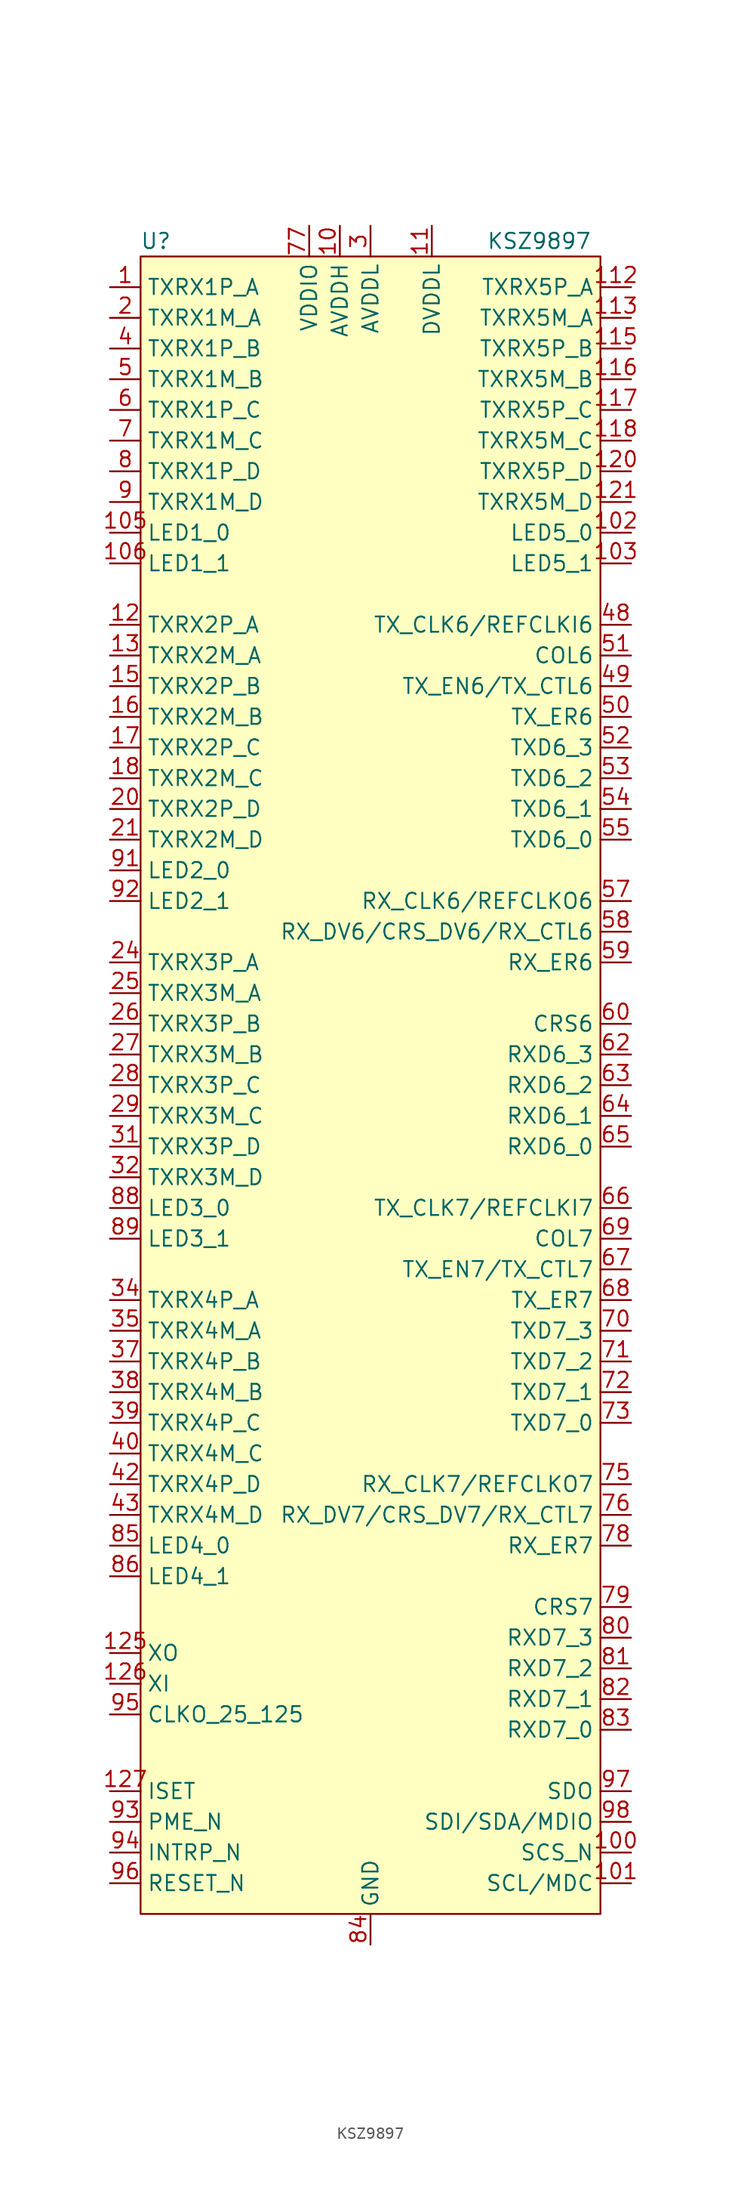
<source format=kicad_sym>
(kicad_symbol_lib
  (version 20231120)
  (generator "kicad_symbol_editor")
  (generator_version "8.0")
  (symbol "KSZ9897"
    (property "Reference" "U"
      (at -17.78 3.81 0)
      (effects (font (size 1.27 1.27))))
    (property "Value" "KSZ9897"
      (at 13.97 3.81 0)
      (effects (font (size 1.27 1.27))))
    (symbol "KSZ9897_0_0"
      (pin bidirectional line (at -21.59 0 0) (length 2.54) (name "TXRX1P_A" (effects (font (size 1.27 1.27)))) (number "1" (effects (font (size 1.27 1.27)))))
      (pin power_in line (at -2.54 5.08 270) (length 2.54) (name "AVDDH" (effects (font (size 1.27 1.27)))) (number "10" (effects (font (size 1.27 1.27)))))
      (pin input line (at 21.59 -129.54 180) (length 2.54) (name "SCS_N" (effects (font (size 1.27 1.27)))) (number "100" (effects (font (size 1.27 1.27)))))
      (pin input line (at 21.59 -132.08 180) (length 2.54) (name "SCL/MDC" (effects (font (size 1.27 1.27)))) (number "101" (effects (font (size 1.27 1.27)))))
      (pin bidirectional line (at 21.59 -20.32 180) (length 2.54) (name "LED5_0" (effects (font (size 1.27 1.27)))) (number "102" (effects (font (size 1.27 1.27)))))
      (pin bidirectional line (at 21.59 -22.86 180) (length 2.54) (name "LED5_1" (effects (font (size 1.27 1.27)))) (number "103" (effects (font (size 1.27 1.27)))))
      (pin power_in line (at 5.08 5.08 270) (length 2.54) hide (name "DVDDL" (effects (font (size 1.27 1.27)))) (number "104" (effects (font (size 1.27 1.27)))))
      (pin bidirectional line (at -21.59 -20.32 0) (length 2.54) (name "LED1_0" (effects (font (size 1.27 1.27)))) (number "105" (effects (font (size 1.27 1.27)))))
      (pin bidirectional line (at -21.59 -22.86 0) (length 2.54) (name "LED1_1" (effects (font (size 1.27 1.27)))) (number "106" (effects (font (size 1.27 1.27)))))
      (pin power_in line (at 0 -137.16 90) (length 2.54) hide (name "GND" (effects (font (size 1.27 1.27)))) (number "107" (effects (font (size 1.27 1.27)))))
      (pin no_connect line (at -21.59 -109.855 0) (length 2.54) hide (name "NC" (effects (font (size 1.27 1.27)))) (number "108" (effects (font (size 1.27 1.27)))))
      (pin power_in line (at 0 -137.16 90) (length 2.54) hide (name "GND" (effects (font (size 1.27 1.27)))) (number "109" (effects (font (size 1.27 1.27)))))
      (pin power_in line (at 5.08 5.08 270) (length 2.54) (name "DVDDL" (effects (font (size 1.27 1.27)))) (number "11" (effects (font (size 1.27 1.27)))))
      (pin power_in line (at 5.08 5.08 270) (length 2.54) hide (name "DVDDL" (effects (font (size 1.27 1.27)))) (number "110" (effects (font (size 1.27 1.27)))))
      (pin power_in line (at -2.54 5.08 270) (length 2.54) hide (name "AVDDH" (effects (font (size 1.27 1.27)))) (number "111" (effects (font (size 1.27 1.27)))))
      (pin bidirectional line (at 21.59 0 180) (length 2.54) (name "TXRX5P_A" (effects (font (size 1.27 1.27)))) (number "112" (effects (font (size 1.27 1.27)))))
      (pin bidirectional line (at 21.59 -2.54 180) (length 2.54) (name "TXRX5M_A" (effects (font (size 1.27 1.27)))) (number "113" (effects (font (size 1.27 1.27)))))
      (pin power_in line (at 0 5.08 270) (length 2.54) hide (name "AVDDL" (effects (font (size 1.27 1.27)))) (number "114" (effects (font (size 1.27 1.27)))))
      (pin bidirectional line (at 21.59 -5.08 180) (length 2.54) (name "TXRX5P_B" (effects (font (size 1.27 1.27)))) (number "115" (effects (font (size 1.27 1.27)))))
      (pin bidirectional line (at 21.59 -7.62 180) (length 2.54) (name "TXRX5M_B" (effects (font (size 1.27 1.27)))) (number "116" (effects (font (size 1.27 1.27)))))
      (pin bidirectional line (at 21.59 -10.16 180) (length 2.54) (name "TXRX5P_C" (effects (font (size 1.27 1.27)))) (number "117" (effects (font (size 1.27 1.27)))))
      (pin bidirectional line (at 21.59 -12.7 180) (length 2.54) (name "TXRX5M_C" (effects (font (size 1.27 1.27)))) (number "118" (effects (font (size 1.27 1.27)))))
      (pin power_in line (at 0 5.08 270) (length 2.54) hide (name "AVDDL" (effects (font (size 1.27 1.27)))) (number "119" (effects (font (size 1.27 1.27)))))
      (pin bidirectional line (at -21.59 -27.94 0) (length 2.54) (name "TXRX2P_A" (effects (font (size 1.27 1.27)))) (number "12" (effects (font (size 1.27 1.27)))))
      (pin bidirectional line (at 21.59 -15.24 180) (length 2.54) (name "TXRX5P_D" (effects (font (size 1.27 1.27)))) (number "120" (effects (font (size 1.27 1.27)))))
      (pin bidirectional line (at 21.59 -17.78 180) (length 2.54) (name "TXRX5M_D" (effects (font (size 1.27 1.27)))) (number "121" (effects (font (size 1.27 1.27)))))
      (pin power_in line (at -2.54 5.08 270) (length 2.54) hide (name "AVDDH" (effects (font (size 1.27 1.27)))) (number "122" (effects (font (size 1.27 1.27)))))
      (pin power_in line (at 0 -137.16 90) (length 2.54) hide (name "GND" (effects (font (size 1.27 1.27)))) (number "123" (effects (font (size 1.27 1.27)))))
      (pin power_in line (at 0 5.08 270) (length 2.54) hide (name "AVDDL" (effects (font (size 1.27 1.27)))) (number "124" (effects (font (size 1.27 1.27)))))
      (pin output line (at -21.59 -113.03 0) (length 2.54) (name "XO" (effects (font (size 1.27 1.27)))) (number "125" (effects (font (size 1.27 1.27)))))
      (pin input line (at -21.59 -115.57 0) (length 2.54) (name "XI" (effects (font (size 1.27 1.27)))) (number "126" (effects (font (size 1.27 1.27)))))
      (pin tri_state line (at -21.59 -124.46 0) (length 2.54) (name "ISET" (effects (font (size 1.27 1.27)))) (number "127" (effects (font (size 1.27 1.27)))))
      (pin power_in line (at -2.54 5.08 270) (length 2.54) hide (name "AVDDH" (effects (font (size 1.27 1.27)))) (number "128" (effects (font (size 1.27 1.27)))))
      (pin power_in line (at 0 -137.16 90) (length 2.54) hide (name "GND" (effects (font (size 1.27 1.27)))) (number "129" (effects (font (size 1.27 1.27)))))
      (pin bidirectional line (at -21.59 -30.48 0) (length 2.54) (name "TXRX2M_A" (effects (font (size 1.27 1.27)))) (number "13" (effects (font (size 1.27 1.27)))))
      (pin power_in line (at 0 5.08 270) (length 2.54) hide (name "AVDDL" (effects (font (size 1.27 1.27)))) (number "14" (effects (font (size 1.27 1.27)))))
      (pin bidirectional line (at -21.59 -33.02 0) (length 2.54) (name "TXRX2P_B" (effects (font (size 1.27 1.27)))) (number "15" (effects (font (size 1.27 1.27)))))
      (pin bidirectional line (at -21.59 -35.56 0) (length 2.54) (name "TXRX2M_B" (effects (font (size 1.27 1.27)))) (number "16" (effects (font (size 1.27 1.27)))))
      (pin bidirectional line (at -21.59 -38.1 0) (length 2.54) (name "TXRX2P_C" (effects (font (size 1.27 1.27)))) (number "17" (effects (font (size 1.27 1.27)))))
      (pin bidirectional line (at -21.59 -40.64 0) (length 2.54) (name "TXRX2M_C" (effects (font (size 1.27 1.27)))) (number "18" (effects (font (size 1.27 1.27)))))
      (pin power_in line (at 0 5.08 270) (length 2.54) hide (name "AVDDL" (effects (font (size 1.27 1.27)))) (number "19" (effects (font (size 1.27 1.27)))))
      (pin bidirectional line (at -21.59 -2.54 0) (length 2.54) (name "TXRX1M_A" (effects (font (size 1.27 1.27)))) (number "2" (effects (font (size 1.27 1.27)))))
      (pin bidirectional line (at -21.59 -43.18 0) (length 2.54) (name "TXRX2P_D" (effects (font (size 1.27 1.27)))) (number "20" (effects (font (size 1.27 1.27)))))
      (pin bidirectional line (at -21.59 -45.72 0) (length 2.54) (name "TXRX2M_D" (effects (font (size 1.27 1.27)))) (number "21" (effects (font (size 1.27 1.27)))))
      (pin power_in line (at -2.54 5.08 270) (length 2.54) hide (name "AVDDH" (effects (font (size 1.27 1.27)))) (number "22" (effects (font (size 1.27 1.27)))))
      (pin power_in line (at 5.08 5.08 270) (length 2.54) hide (name "DVDDL" (effects (font (size 1.27 1.27)))) (number "23" (effects (font (size 1.27 1.27)))))
      (pin bidirectional line (at -21.59 -55.88 0) (length 2.54) (name "TXRX3P_A" (effects (font (size 1.27 1.27)))) (number "24" (effects (font (size 1.27 1.27)))))
      (pin bidirectional line (at -21.59 -58.42 0) (length 2.54) (name "TXRX3M_A" (effects (font (size 1.27 1.27)))) (number "25" (effects (font (size 1.27 1.27)))))
      (pin bidirectional line (at -21.59 -60.96 0) (length 2.54) (name "TXRX3P_B" (effects (font (size 1.27 1.27)))) (number "26" (effects (font (size 1.27 1.27)))))
      (pin bidirectional line (at -21.59 -63.5 0) (length 2.54) (name "TXRX3M_B" (effects (font (size 1.27 1.27)))) (number "27" (effects (font (size 1.27 1.27)))))
      (pin bidirectional line (at -21.59 -66.04 0) (length 2.54) (name "TXRX3P_C" (effects (font (size 1.27 1.27)))) (number "28" (effects (font (size 1.27 1.27)))))
      (pin bidirectional line (at -21.59 -68.58 0) (length 2.54) (name "TXRX3M_C" (effects (font (size 1.27 1.27)))) (number "29" (effects (font (size 1.27 1.27)))))
      (pin power_in line (at 0 5.08 270) (length 2.54) (name "AVDDL" (effects (font (size 1.27 1.27)))) (number "3" (effects (font (size 1.27 1.27)))))
      (pin power_in line (at 0 5.08 270) (length 2.54) hide (name "AVDDL" (effects (font (size 1.27 1.27)))) (number "30" (effects (font (size 1.27 1.27)))))
      (pin bidirectional line (at -21.59 -71.12 0) (length 2.54) (name "TXRX3P_D" (effects (font (size 1.27 1.27)))) (number "31" (effects (font (size 1.27 1.27)))))
      (pin bidirectional line (at -21.59 -73.66 0) (length 2.54) (name "TXRX3M_D" (effects (font (size 1.27 1.27)))) (number "32" (effects (font (size 1.27 1.27)))))
      (pin power_in line (at -2.54 5.08 270) (length 2.54) hide (name "AVDDH" (effects (font (size 1.27 1.27)))) (number "33" (effects (font (size 1.27 1.27)))))
      (pin bidirectional line (at -21.59 -83.82 0) (length 2.54) (name "TXRX4P_A" (effects (font (size 1.27 1.27)))) (number "34" (effects (font (size 1.27 1.27)))))
      (pin bidirectional line (at -21.59 -86.36 0) (length 2.54) (name "TXRX4M_A" (effects (font (size 1.27 1.27)))) (number "35" (effects (font (size 1.27 1.27)))))
      (pin power_in line (at 0 5.08 270) (length 2.54) hide (name "AVDDL" (effects (font (size 1.27 1.27)))) (number "36" (effects (font (size 1.27 1.27)))))
      (pin bidirectional line (at -21.59 -88.9 0) (length 2.54) (name "TXRX4P_B" (effects (font (size 1.27 1.27)))) (number "37" (effects (font (size 1.27 1.27)))))
      (pin bidirectional line (at -21.59 -91.44 0) (length 2.54) (name "TXRX4M_B" (effects (font (size 1.27 1.27)))) (number "38" (effects (font (size 1.27 1.27)))))
      (pin bidirectional line (at -21.59 -93.98 0) (length 2.54) (name "TXRX4P_C" (effects (font (size 1.27 1.27)))) (number "39" (effects (font (size 1.27 1.27)))))
      (pin bidirectional line (at -21.59 -5.08 0) (length 2.54) (name "TXRX1P_B" (effects (font (size 1.27 1.27)))) (number "4" (effects (font (size 1.27 1.27)))))
      (pin bidirectional line (at -21.59 -96.52 0) (length 2.54) (name "TXRX4M_C" (effects (font (size 1.27 1.27)))) (number "40" (effects (font (size 1.27 1.27)))))
      (pin power_in line (at 0 5.08 270) (length 2.54) hide (name "AVDDL" (effects (font (size 1.27 1.27)))) (number "41" (effects (font (size 1.27 1.27)))))
      (pin bidirectional line (at -21.59 -99.06 0) (length 2.54) (name "TXRX4P_D" (effects (font (size 1.27 1.27)))) (number "42" (effects (font (size 1.27 1.27)))))
      (pin bidirectional line (at -21.59 -101.6 0) (length 2.54) (name "TXRX4M_D" (effects (font (size 1.27 1.27)))) (number "43" (effects (font (size 1.27 1.27)))))
      (pin power_in line (at -2.54 5.08 270) (length 2.54) hide (name "AVDDH" (effects (font (size 1.27 1.27)))) (number "44" (effects (font (size 1.27 1.27)))))
      (pin power_in line (at 5.08 5.08 270) (length 2.54) hide (name "DVDDL" (effects (font (size 1.27 1.27)))) (number "45" (effects (font (size 1.27 1.27)))))
      (pin power_in line (at 0 -137.16 90) (length 2.54) hide (name "GND" (effects (font (size 1.27 1.27)))) (number "46" (effects (font (size 1.27 1.27)))))
      (pin power_in line (at 0 -137.16 90) (length 2.54) hide (name "GND" (effects (font (size 1.27 1.27)))) (number "47" (effects (font (size 1.27 1.27)))))
      (pin bidirectional line (at 21.59 -27.94 180) (length 2.54) (name "TX_CLK6/REFCLKI6" (effects (font (size 1.27 1.27)))) (number "48" (effects (font (size 1.27 1.27)))))
      (pin input line (at 21.59 -33.02 180) (length 2.54) (name "TX_EN6/TX_CTL6" (effects (font (size 1.27 1.27)))) (number "49" (effects (font (size 1.27 1.27)))))
      (pin bidirectional line (at -21.59 -7.62 0) (length 2.54) (name "TXRX1M_B" (effects (font (size 1.27 1.27)))) (number "5" (effects (font (size 1.27 1.27)))))
      (pin input line (at 21.59 -35.56 180) (length 2.54) (name "TX_ER6" (effects (font (size 1.27 1.27)))) (number "50" (effects (font (size 1.27 1.27)))))
      (pin bidirectional line (at 21.59 -30.48 180) (length 2.54) (name "COL6" (effects (font (size 1.27 1.27)))) (number "51" (effects (font (size 1.27 1.27)))))
      (pin input line (at 21.59 -38.1 180) (length 2.54) (name "TXD6_3" (effects (font (size 1.27 1.27)))) (number "52" (effects (font (size 1.27 1.27)))))
      (pin input line (at 21.59 -40.64 180) (length 2.54) (name "TXD6_2" (effects (font (size 1.27 1.27)))) (number "53" (effects (font (size 1.27 1.27)))))
      (pin input line (at 21.59 -43.18 180) (length 2.54) (name "TXD6_1" (effects (font (size 1.27 1.27)))) (number "54" (effects (font (size 1.27 1.27)))))
      (pin input line (at 21.59 -45.72 180) (length 2.54) (name "TXD6_0" (effects (font (size 1.27 1.27)))) (number "55" (effects (font (size 1.27 1.27)))))
      (pin power_in line (at 5.08 5.08 270) (length 2.54) hide (name "DVDDL" (effects (font (size 1.27 1.27)))) (number "56" (effects (font (size 1.27 1.27)))))
      (pin bidirectional line (at 21.59 -50.8 180) (length 2.54) (name "RX_CLK6/REFCLKO6" (effects (font (size 1.27 1.27)))) (number "57" (effects (font (size 1.27 1.27)))))
      (pin bidirectional line (at 21.59 -53.34 180) (length 2.54) (name "RX_DV6/CRS_DV6/RX_CTL6" (effects (font (size 1.27 1.27)))) (number "58" (effects (font (size 1.27 1.27)))))
      (pin bidirectional line (at 21.59 -55.88 180) (length 2.54) (name "RX_ER6" (effects (font (size 1.27 1.27)))) (number "59" (effects (font (size 1.27 1.27)))))
      (pin bidirectional line (at -21.59 -10.16 0) (length 2.54) (name "TXRX1P_C" (effects (font (size 1.27 1.27)))) (number "6" (effects (font (size 1.27 1.27)))))
      (pin bidirectional line (at 21.59 -60.96 180) (length 2.54) (name "CRS6" (effects (font (size 1.27 1.27)))) (number "60" (effects (font (size 1.27 1.27)))))
      (pin power_in line (at -5.08 5.08 270) (length 2.54) hide (name "VDDIO" (effects (font (size 1.27 1.27)))) (number "61" (effects (font (size 1.27 1.27)))))
      (pin bidirectional line (at 21.59 -63.5 180) (length 2.54) (name "RXD6_3" (effects (font (size 1.27 1.27)))) (number "62" (effects (font (size 1.27 1.27)))))
      (pin bidirectional line (at 21.59 -66.04 180) (length 2.54) (name "RXD6_2" (effects (font (size 1.27 1.27)))) (number "63" (effects (font (size 1.27 1.27)))))
      (pin bidirectional line (at 21.59 -68.58 180) (length 2.54) (name "RXD6_1" (effects (font (size 1.27 1.27)))) (number "64" (effects (font (size 1.27 1.27)))))
      (pin bidirectional line (at 21.59 -71.12 180) (length 2.54) (name "RXD6_0" (effects (font (size 1.27 1.27)))) (number "65" (effects (font (size 1.27 1.27)))))
      (pin bidirectional line (at 21.59 -76.2 180) (length 2.54) (name "TX_CLK7/REFCLKI7" (effects (font (size 1.27 1.27)))) (number "66" (effects (font (size 1.27 1.27)))))
      (pin input line (at 21.59 -81.28 180) (length 2.54) (name "TX_EN7/TX_CTL7" (effects (font (size 1.27 1.27)))) (number "67" (effects (font (size 1.27 1.27)))))
      (pin input line (at 21.59 -83.82 180) (length 2.54) (name "TX_ER7" (effects (font (size 1.27 1.27)))) (number "68" (effects (font (size 1.27 1.27)))))
      (pin bidirectional line (at 21.59 -78.74 180) (length 2.54) (name "COL7" (effects (font (size 1.27 1.27)))) (number "69" (effects (font (size 1.27 1.27)))))
      (pin bidirectional line (at -21.59 -12.7 0) (length 2.54) (name "TXRX1M_C" (effects (font (size 1.27 1.27)))) (number "7" (effects (font (size 1.27 1.27)))))
      (pin input line (at 21.59 -86.36 180) (length 2.54) (name "TXD7_3" (effects (font (size 1.27 1.27)))) (number "70" (effects (font (size 1.27 1.27)))))
      (pin input line (at 21.59 -88.9 180) (length 2.54) (name "TXD7_2" (effects (font (size 1.27 1.27)))) (number "71" (effects (font (size 1.27 1.27)))))
      (pin input line (at 21.59 -91.44 180) (length 2.54) (name "TXD7_1" (effects (font (size 1.27 1.27)))) (number "72" (effects (font (size 1.27 1.27)))))
      (pin input line (at 21.59 -93.98 180) (length 2.54) (name "TXD7_0" (effects (font (size 1.27 1.27)))) (number "73" (effects (font (size 1.27 1.27)))))
      (pin power_in line (at 5.08 5.08 270) (length 2.54) hide (name "DVDDL" (effects (font (size 1.27 1.27)))) (number "74" (effects (font (size 1.27 1.27)))))
      (pin bidirectional line (at 21.59 -99.06 180) (length 2.54) (name "RX_CLK7/REFCLKO7" (effects (font (size 1.27 1.27)))) (number "75" (effects (font (size 1.27 1.27)))))
      (pin bidirectional line (at 21.59 -101.6 180) (length 2.54) (name "RX_DV7/CRS_DV7/RX_CTL7" (effects (font (size 1.27 1.27)))) (number "76" (effects (font (size 1.27 1.27)))))
      (pin power_in line (at -5.08 5.08 270) (length 2.54) (name "VDDIO" (effects (font (size 1.27 1.27)))) (number "77" (effects (font (size 1.27 1.27)))))
      (pin bidirectional line (at 21.59 -104.14 180) (length 2.54) (name "RX_ER7" (effects (font (size 1.27 1.27)))) (number "78" (effects (font (size 1.27 1.27)))))
      (pin bidirectional line (at 21.59 -109.22 180) (length 2.54) (name "CRS7" (effects (font (size 1.27 1.27)))) (number "79" (effects (font (size 1.27 1.27)))))
      (pin bidirectional line (at -21.59 -15.24 0) (length 2.54) (name "TXRX1P_D" (effects (font (size 1.27 1.27)))) (number "8" (effects (font (size 1.27 1.27)))))
      (pin bidirectional line (at 21.59 -111.76 180) (length 2.54) (name "RXD7_3" (effects (font (size 1.27 1.27)))) (number "80" (effects (font (size 1.27 1.27)))))
      (pin bidirectional line (at 21.59 -114.3 180) (length 2.54) (name "RXD7_2" (effects (font (size 1.27 1.27)))) (number "81" (effects (font (size 1.27 1.27)))))
      (pin bidirectional line (at 21.59 -116.84 180) (length 2.54) (name "RXD7_1" (effects (font (size 1.27 1.27)))) (number "82" (effects (font (size 1.27 1.27)))))
      (pin bidirectional line (at 21.59 -119.38 180) (length 2.54) (name "RXD7_0" (effects (font (size 1.27 1.27)))) (number "83" (effects (font (size 1.27 1.27)))))
      (pin power_in line (at 0 -137.16 90) (length 2.54) (name "GND" (effects (font (size 1.27 1.27)))) (number "84" (effects (font (size 1.27 1.27)))))
      (pin bidirectional line (at -21.59 -104.14 0) (length 2.54) (name "LED4_0" (effects (font (size 1.27 1.27)))) (number "85" (effects (font (size 1.27 1.27)))))
      (pin bidirectional line (at -21.59 -106.68 0) (length 2.54) (name "LED4_1" (effects (font (size 1.27 1.27)))) (number "86" (effects (font (size 1.27 1.27)))))
      (pin power_in line (at 5.08 5.08 270) (length 2.54) hide (name "DVDDL" (effects (font (size 1.27 1.27)))) (number "87" (effects (font (size 1.27 1.27)))))
      (pin bidirectional line (at -21.59 -76.2 0) (length 2.54) (name "LED3_0" (effects (font (size 1.27 1.27)))) (number "88" (effects (font (size 1.27 1.27)))))
      (pin bidirectional line (at -21.59 -78.74 0) (length 2.54) (name "LED3_1" (effects (font (size 1.27 1.27)))) (number "89" (effects (font (size 1.27 1.27)))))
      (pin bidirectional line (at -21.59 -17.78 0) (length 2.54) (name "TXRX1M_D" (effects (font (size 1.27 1.27)))) (number "9" (effects (font (size 1.27 1.27)))))
      (pin no_connect line (at -21.59 -109.855 0) (length 2.54) hide (name "NC" (effects (font (size 1.27 1.27)))) (number "90" (effects (font (size 1.27 1.27)))))
      (pin bidirectional line (at -21.59 -48.26 0) (length 2.54) (name "LED2_0" (effects (font (size 1.27 1.27)))) (number "91" (effects (font (size 1.27 1.27)))))
      (pin bidirectional line (at -21.59 -50.8 0) (length 2.54) (name "LED2_1" (effects (font (size 1.27 1.27)))) (number "92" (effects (font (size 1.27 1.27)))))
      (pin output line (at -21.59 -127 0) (length 2.54) (name "PME_N" (effects (font (size 1.27 1.27)))) (number "93" (effects (font (size 1.27 1.27)))))
      (pin output line (at -21.59 -129.54 0) (length 2.54) (name "INTRP_N" (effects (font (size 1.27 1.27)))) (number "94" (effects (font (size 1.27 1.27)))))
      (pin output line (at -21.59 -118.11 0) (length 2.54) (name "CLKO_25_125" (effects (font (size 1.27 1.27)))) (number "95" (effects (font (size 1.27 1.27)))))
      (pin input line (at -21.59 -132.08 0) (length 2.54) (name "RESET_N" (effects (font (size 1.27 1.27)))) (number "96" (effects (font (size 1.27 1.27)))))
      (pin output line (at 21.59 -124.46 180) (length 2.54) (name "SDO" (effects (font (size 1.27 1.27)))) (number "97" (effects (font (size 1.27 1.27)))))
      (pin bidirectional line (at 21.59 -127 180) (length 2.54) (name "SDI/SDA/MDIO" (effects (font (size 1.27 1.27)))) (number "98" (effects (font (size 1.27 1.27)))))
      (pin power_in line (at -5.08 5.08 270) (length 2.54) hide (name "VDDIO" (effects (font (size 1.27 1.27)))) (number "99" (effects (font (size 1.27 1.27))))))
    (symbol "KSZ9897_0_1"
      (rectangle (start -19.05 2.54) (end 19.05 -134.62) (stroke (width 0) (type default)) (fill (type background))))))
</source>
